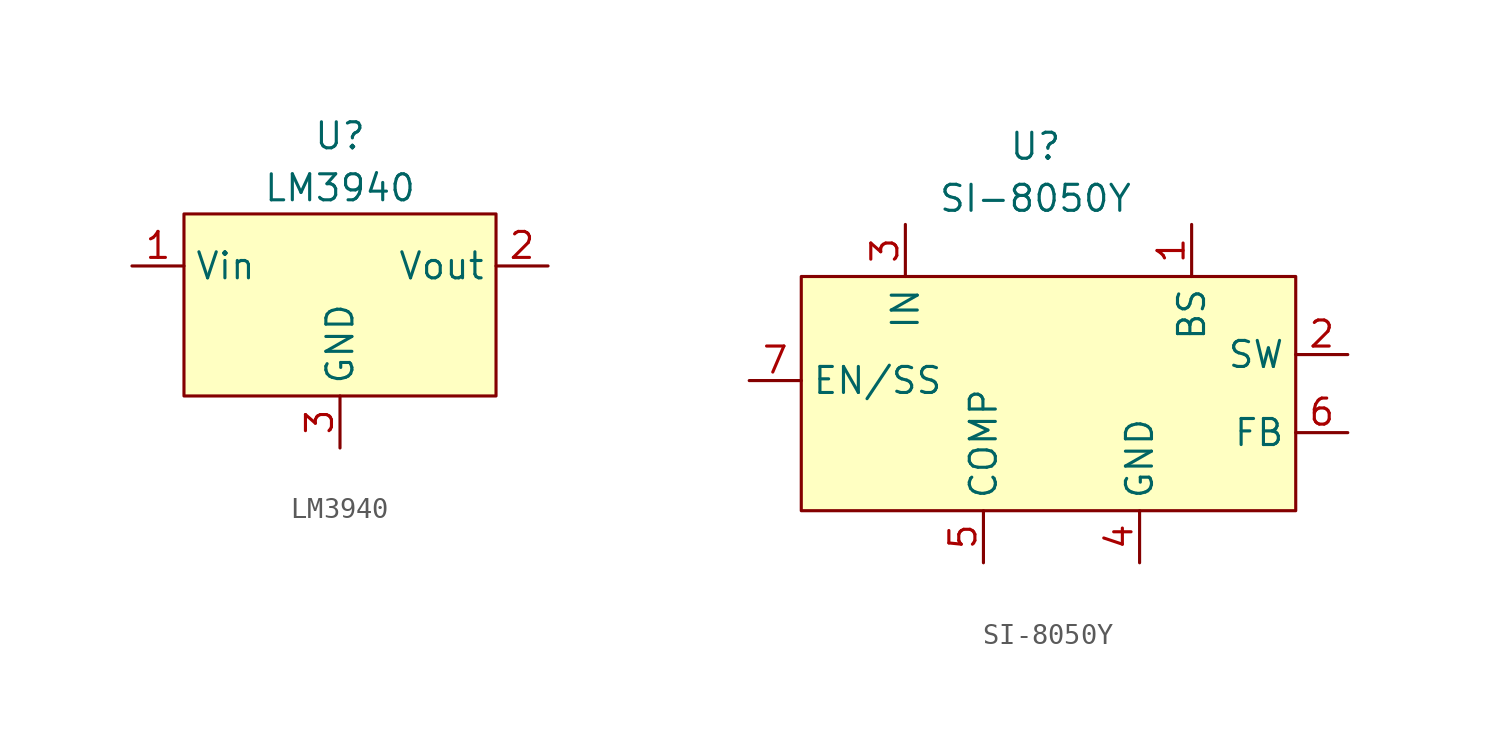
<source format=kicad_sym>
(kicad_symbol_lib
  (version 20211014)
  (generator kicad_symbol_editor)
  (symbol "LM3940"
    (property "Reference" "U"
      (at 0 2.54 0)
      (effects (font (size 1.27 1.27))))
    (property "Value" "LM3940"
      (at 0 0 0)
      (effects (font (size 1.27 1.27))))
    (symbol "LM3940_0_1"
      (rectangle (start -7.62 -1.27) (end 7.62 -10.16) (stroke (width 0) (type default) (color 0 0 0 0)) (fill (type background))))
    (symbol "LM3940_1_1"
      (pin power_in line (at -10.16 -3.81 0) (length 2.54) (name "Vin" (effects (font (size 1.27 1.27)))) (number "1" (effects (font (size 1.27 1.27)))))
      (pin power_out line (at 10.16 -3.81 180) (length 2.54) (name "Vout" (effects (font (size 1.27 1.27)))) (number "2" (effects (font (size 1.27 1.27)))))
      (pin power_in line (at 0 -12.7 90) (length 2.54) (name "GND" (effects (font (size 1.27 1.27)))) (number "3" (effects (font (size 1.27 1.27)))))
      (pin passive line (at 0 -12.7 90) (length 2.54) hide (name "GND" (effects (font (size 1.27 1.27)))) (number "4" (effects (font (size 1.27 1.27)))))))
  (symbol "SI-8050Y"
    (property "Reference" "U"
      (at 0 2.54 0)
      (effects (font (size 1.27 1.27))))
    (property "Value" "SI-8050Y"
      (at 0 0 0)
      (effects (font (size 1.27 1.27))))
    (symbol "SI-8050Y_0_1"
      (rectangle (start -11.43 -3.81) (end 12.7 -15.24) (stroke (width 0) (type default) (color 0 0 0 0)) (fill (type background))))
    (symbol "SI-8050Y_1_1"
      (pin output line (at 7.62 -1.27 270) (length 2.54) (name "BS" (effects (font (size 1.27 1.27)))) (number "1" (effects (font (size 1.27 1.27)))))
      (pin power_out line (at 15.24 -7.62 180) (length 2.54) (name "SW" (effects (font (size 1.27 1.27)))) (number "2" (effects (font (size 1.27 1.27)))))
      (pin power_in line (at -6.35 -1.27 270) (length 2.54) (name "IN" (effects (font (size 1.27 1.27)))) (number "3" (effects (font (size 1.27 1.27)))))
      (pin power_in line (at 5.08 -17.78 90) (length 2.54) (name "GND" (effects (font (size 1.27 1.27)))) (number "4" (effects (font (size 1.27 1.27)))))
      (pin output line (at -2.54 -17.78 90) (length 2.54) (name "COMP" (effects (font (size 1.27 1.27)))) (number "5" (effects (font (size 1.27 1.27)))))
      (pin passive line (at 15.24 -11.43 180) (length 2.54) (name "FB" (effects (font (size 1.27 1.27)))) (number "6" (effects (font (size 1.27 1.27)))))
      (pin passive line (at -13.97 -8.89 0) (length 2.54) (name "EN/SS" (effects (font (size 1.27 1.27)))) (number "7" (effects (font (size 1.27 1.27))))))))
</source>
